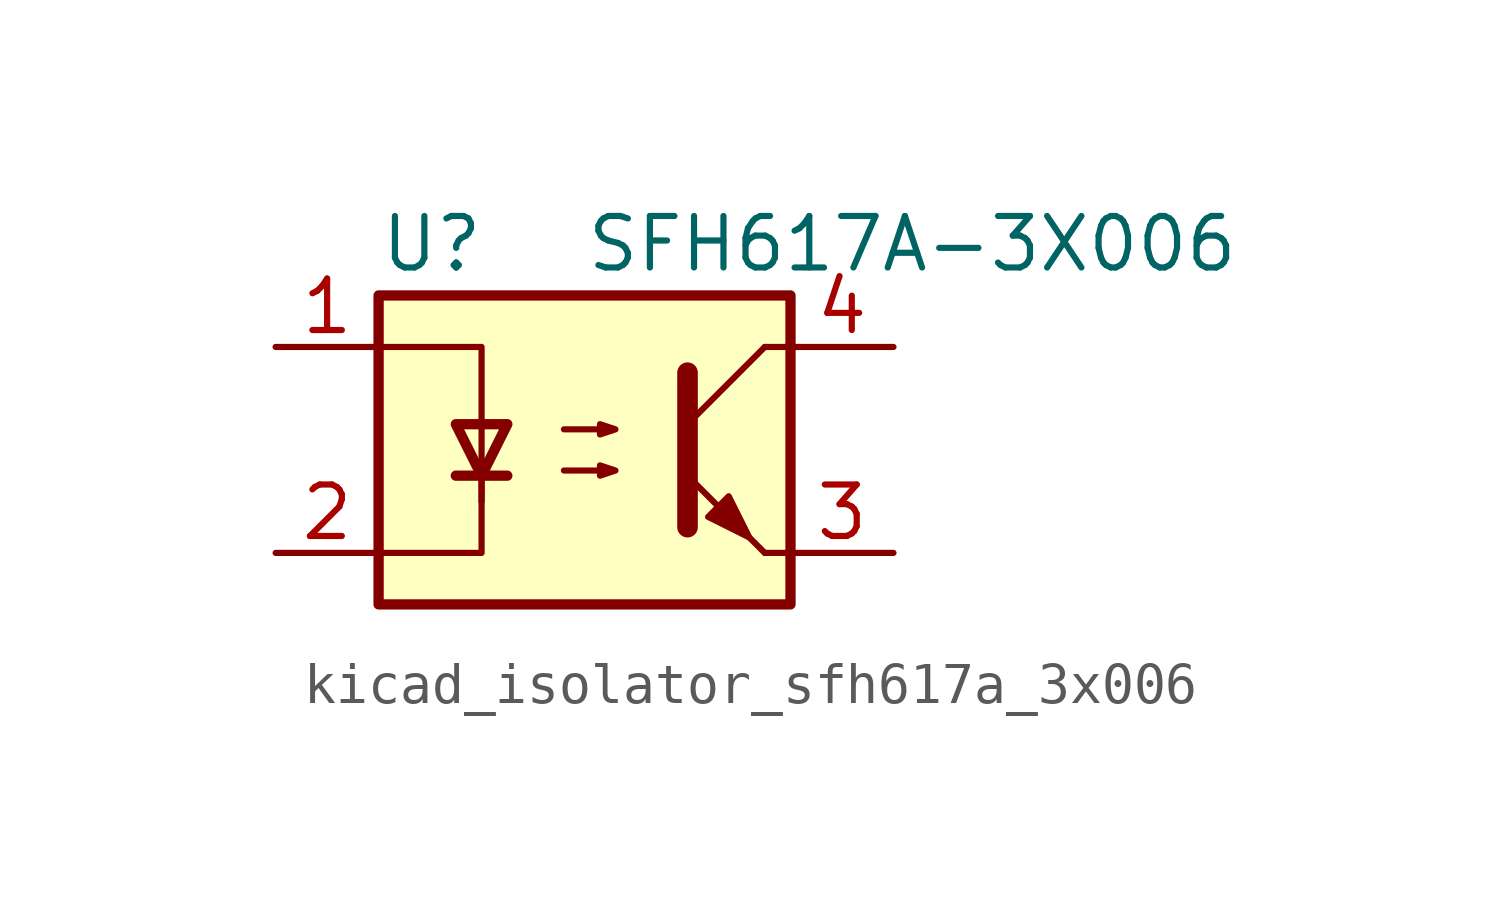
<source format=kicad_sym>
(kicad_symbol_lib
  (version 20220914)
  (generator kicad_symbol_editor)
  (symbol "kicad_isolator_sfh617a_3x006"
    (pin_names
      (offset 1.016))
    (property "Reference" "U"
      (at -5.08 5.08 0)
      (effects (font (size 1.27 1.27)) (justify left)))
    (property "Value" "SFH617A-3X006"
      (at 0 5.08 0)
      (effects (font (size 1.27 1.27)) (justify left)))
    (symbol "kicad_isolator_sfh617a_3x006_0_1"
      (rectangle (start -5.08 3.81) (end 5.08 -3.81) (stroke (width 0.254) (type default)) (fill (type background)))
      (polyline (pts (xy -3.175 -0.635) (xy -1.905 -0.635)) (stroke (width 0.254) (type default)) (fill (type none)))
      (polyline (pts (xy 2.54 0.635) (xy 4.445 2.54)) (stroke (width 0) (type default)) (fill (type none)))
      (polyline (pts (xy 4.445 -2.54) (xy 2.54 -0.635)) (stroke (width 0) (type default)) (fill (type outline)))
      (polyline (pts (xy 4.445 -2.54) (xy 5.08 -2.54)) (stroke (width 0) (type default)) (fill (type none)))
      (polyline (pts (xy 4.445 2.54) (xy 5.08 2.54)) (stroke (width 0) (type default)) (fill (type none)))
      (polyline (pts (xy -2.54 -0.635) (xy -2.54 -2.54) (xy -5.08 -2.54)) (stroke (width 0) (type default)) (fill (type none)))
      (polyline (pts (xy 2.54 1.905) (xy 2.54 -1.905) (xy 2.54 -1.905)) (stroke (width 0.508) (type default)) (fill (type none)))
      (polyline (pts (xy -5.08 2.54) (xy -2.54 2.54) (xy -2.54 -1.27) (xy -2.54 0.635)) (stroke (width 0) (type default)) (fill (type none)))
      (polyline (pts (xy -2.54 -0.635) (xy -3.175 0.635) (xy -1.905 0.635) (xy -2.54 -0.635)) (stroke (width 0.254) (type default)) (fill (type none)))
      (polyline (pts (xy -0.508 -0.508) (xy 0.762 -0.508) (xy 0.381 -0.635) (xy 0.381 -0.381) (xy 0.762 -0.508)) (stroke (width 0) (type default)) (fill (type none)))
      (polyline (pts (xy -0.508 0.508) (xy 0.762 0.508) (xy 0.381 0.381) (xy 0.381 0.635) (xy 0.762 0.508)) (stroke (width 0) (type default)) (fill (type none)))
      (polyline (pts (xy 3.048 -1.651) (xy 3.556 -1.143) (xy 4.064 -2.159) (xy 3.048 -1.651) (xy 3.048 -1.651)) (stroke (width 0) (type default)) (fill (type outline))))
    (symbol "kicad_isolator_sfh617a_3x006_1_1"
      (pin passive line (at -7.62 2.54 0) (length 2.54) (name "~" (effects (font (size 1.27 1.27)))) (number "1" (effects (font (size 1.27 1.27)))))
      (pin passive line (at -7.62 -2.54 0) (length 2.54) (name "~" (effects (font (size 1.27 1.27)))) (number "2" (effects (font (size 1.27 1.27)))))
      (pin passive line (at 7.62 -2.54 180) (length 2.54) (name "~" (effects (font (size 1.27 1.27)))) (number "3" (effects (font (size 1.27 1.27)))))
      (pin passive line (at 7.62 2.54 180) (length 2.54) (name "~" (effects (font (size 1.27 1.27)))) (number "4" (effects (font (size 1.27 1.27))))))))
</source>
